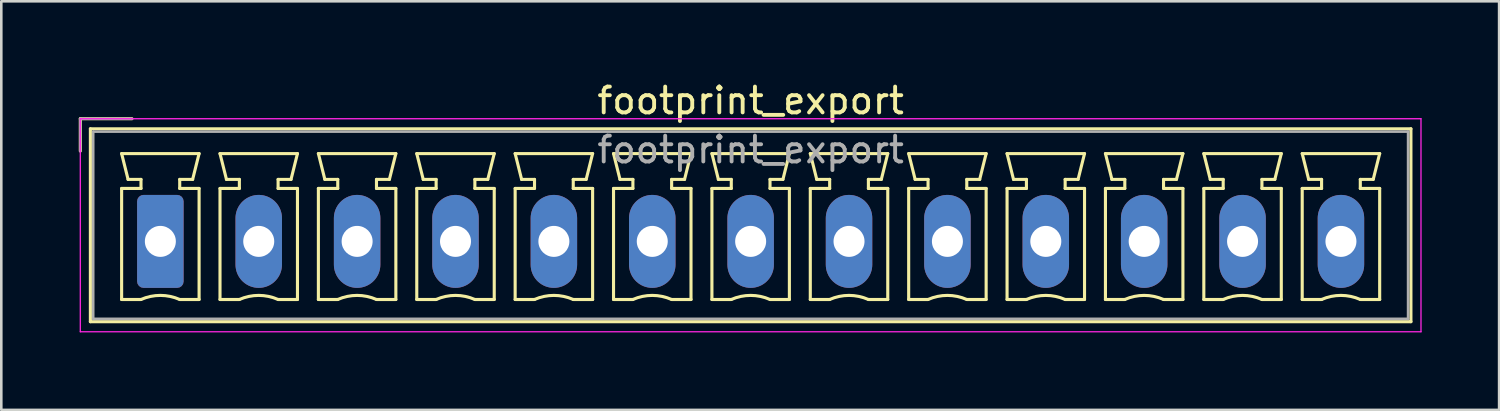
<source format=kicad_pcb>
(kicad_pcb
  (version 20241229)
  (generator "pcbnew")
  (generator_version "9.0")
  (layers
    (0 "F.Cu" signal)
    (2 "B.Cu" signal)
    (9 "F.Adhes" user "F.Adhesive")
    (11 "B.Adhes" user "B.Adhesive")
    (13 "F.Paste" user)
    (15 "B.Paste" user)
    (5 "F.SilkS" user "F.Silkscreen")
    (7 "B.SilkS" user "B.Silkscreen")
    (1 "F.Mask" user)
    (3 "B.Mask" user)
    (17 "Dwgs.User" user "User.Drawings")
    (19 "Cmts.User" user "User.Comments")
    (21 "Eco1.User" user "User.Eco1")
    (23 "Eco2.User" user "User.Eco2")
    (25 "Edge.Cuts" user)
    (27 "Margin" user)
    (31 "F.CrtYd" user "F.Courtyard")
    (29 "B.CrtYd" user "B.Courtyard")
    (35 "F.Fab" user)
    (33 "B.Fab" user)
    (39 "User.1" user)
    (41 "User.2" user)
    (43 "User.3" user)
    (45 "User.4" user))
  (footprint "footprint_export"
    (layer "F.Cu")
    (at 3.16 6.298)
    (property "Reference" "footprint_export" (at 22.86 -5.45 0) (layer "F.SilkS") (effects (font (size 1 1) (thickness 0.15))))
    (attr through_hole)
    (fp_line (start -3.1 -4.75) (end -1.1 -4.75) (stroke (width 0.12) (type solid)) (layer "F.SilkS"))
    (fp_line (start -3.1 -3.5) (end -3.1 -4.75) (stroke (width 0.12) (type solid)) (layer "F.SilkS"))
    (fp_line (start -2.71 -4.36) (end -2.71 3.11) (stroke (width 0.12) (type solid)) (layer "F.SilkS"))
    (fp_line (start -2.71 3.11) (end 48.43 3.11) (stroke (width 0.12) (type solid)) (layer "F.SilkS"))
    (fp_line (start -1.5 -3.4) (end 1.5 -3.4) (stroke (width 0.12) (type solid)) (layer "F.SilkS"))
    (fp_line (start -1.5 -2.05) (end -0.75 -2.05) (stroke (width 0.12) (type solid)) (layer "F.SilkS"))
    (fp_line (start -1.5 2.25) (end -1.5 -2.05) (stroke (width 0.12) (type solid)) (layer "F.SilkS"))
    (fp_line (start -1.25 -2.4) (end -1.5 -3.4) (stroke (width 0.12) (type solid)) (layer "F.SilkS"))
    (fp_line (start -0.75 -2.4) (end -1.25 -2.4) (stroke (width 0.12) (type solid)) (layer "F.SilkS"))
    (fp_line (start -0.75 -2.05) (end -0.75 -2.4) (stroke (width 0.12) (type solid)) (layer "F.SilkS"))
    (fp_line (start -0.75 2.25) (end -1.5 2.25) (stroke (width 0.12) (type solid)) (layer "F.SilkS"))
    (fp_line (start 0.75 -2.4) (end 0.75 -2.05) (stroke (width 0.12) (type solid)) (layer "F.SilkS"))
    (fp_line (start 0.75 -2.05) (end 1.5 -2.05) (stroke (width 0.12) (type solid)) (layer "F.SilkS"))
    (fp_line (start 1.25 -2.4) (end 0.75 -2.4) (stroke (width 0.12) (type solid)) (layer "F.SilkS"))
    (fp_line (start 1.5 -3.4) (end 1.25 -2.4) (stroke (width 0.12) (type solid)) (layer "F.SilkS"))
    (fp_line (start 1.5 -2.05) (end 1.5 2.25) (stroke (width 0.12) (type solid)) (layer "F.SilkS"))
    (fp_line (start 1.5 2.25) (end 0.75 2.25) (stroke (width 0.12) (type solid)) (layer "F.SilkS"))
    (fp_line (start 2.31 -3.4) (end 5.31 -3.4) (stroke (width 0.12) (type solid)) (layer "F.SilkS"))
    (fp_line (start 2.31 -2.05) (end 3.06 -2.05) (stroke (width 0.12) (type solid)) (layer "F.SilkS"))
    (fp_line (start 2.31 2.25) (end 2.31 -2.05) (stroke (width 0.12) (type solid)) (layer "F.SilkS"))
    (fp_line (start 2.56 -2.4) (end 2.31 -3.4) (stroke (width 0.12) (type solid)) (layer "F.SilkS"))
    (fp_line (start 3.06 -2.4) (end 2.56 -2.4) (stroke (width 0.12) (type solid)) (layer "F.SilkS"))
    (fp_line (start 3.06 -2.05) (end 3.06 -2.4) (stroke (width 0.12) (type solid)) (layer "F.SilkS"))
    (fp_line (start 3.06 2.25) (end 2.31 2.25) (stroke (width 0.12) (type solid)) (layer "F.SilkS"))
    (fp_line (start 4.56 -2.4) (end 4.56 -2.05) (stroke (width 0.12) (type solid)) (layer "F.SilkS"))
    (fp_line (start 4.56 -2.05) (end 5.31 -2.05) (stroke (width 0.12) (type solid)) (layer "F.SilkS"))
    (fp_line (start 5.06 -2.4) (end 4.56 -2.4) (stroke (width 0.12) (type solid)) (layer "F.SilkS"))
    (fp_line (start 5.31 -3.4) (end 5.06 -2.4) (stroke (width 0.12) (type solid)) (layer "F.SilkS"))
    (fp_line (start 5.31 -2.05) (end 5.31 2.25) (stroke (width 0.12) (type solid)) (layer "F.SilkS"))
    (fp_line (start 5.31 2.25) (end 4.56 2.25) (stroke (width 0.12) (type solid)) (layer "F.SilkS"))
    (fp_line (start 6.12 -3.4) (end 9.12 -3.4) (stroke (width 0.12) (type solid)) (layer "F.SilkS"))
    (fp_line (start 6.12 -2.05) (end 6.87 -2.05) (stroke (width 0.12) (type solid)) (layer "F.SilkS"))
    (fp_line (start 6.12 2.25) (end 6.12 -2.05) (stroke (width 0.12) (type solid)) (layer "F.SilkS"))
    (fp_line (start 6.37 -2.4) (end 6.12 -3.4) (stroke (width 0.12) (type solid)) (layer "F.SilkS"))
    (fp_line (start 6.87 -2.4) (end 6.37 -2.4) (stroke (width 0.12) (type solid)) (layer "F.SilkS"))
    (fp_line (start 6.87 -2.05) (end 6.87 -2.4) (stroke (width 0.12) (type solid)) (layer "F.SilkS"))
    (fp_line (start 6.87 2.25) (end 6.12 2.25) (stroke (width 0.12) (type solid)) (layer "F.SilkS"))
    (fp_line (start 8.37 -2.4) (end 8.37 -2.05) (stroke (width 0.12) (type solid)) (layer "F.SilkS"))
    (fp_line (start 8.37 -2.05) (end 9.12 -2.05) (stroke (width 0.12) (type solid)) (layer "F.SilkS"))
    (fp_line (start 8.87 -2.4) (end 8.37 -2.4) (stroke (width 0.12) (type solid)) (layer "F.SilkS"))
    (fp_line (start 9.12 -3.4) (end 8.87 -2.4) (stroke (width 0.12) (type solid)) (layer "F.SilkS"))
    (fp_line (start 9.12 -2.05) (end 9.12 2.25) (stroke (width 0.12) (type solid)) (layer "F.SilkS"))
    (fp_line (start 9.12 2.25) (end 8.37 2.25) (stroke (width 0.12) (type solid)) (layer "F.SilkS"))
    (fp_line (start 9.93 -3.4) (end 12.93 -3.4) (stroke (width 0.12) (type solid)) (layer "F.SilkS"))
    (fp_line (start 9.93 -2.05) (end 10.68 -2.05) (stroke (width 0.12) (type solid)) (layer "F.SilkS"))
    (fp_line (start 9.93 2.25) (end 9.93 -2.05) (stroke (width 0.12) (type solid)) (layer "F.SilkS"))
    (fp_line (start 10.18 -2.4) (end 9.93 -3.4) (stroke (width 0.12) (type solid)) (layer "F.SilkS"))
    (fp_line (start 10.68 -2.4) (end 10.18 -2.4) (stroke (width 0.12) (type solid)) (layer "F.SilkS"))
    (fp_line (start 10.68 -2.05) (end 10.68 -2.4) (stroke (width 0.12) (type solid)) (layer "F.SilkS"))
    (fp_line (start 10.68 2.25) (end 9.93 2.25) (stroke (width 0.12) (type solid)) (layer "F.SilkS"))
    (fp_line (start 12.18 -2.4) (end 12.18 -2.05) (stroke (width 0.12) (type solid)) (layer "F.SilkS"))
    (fp_line (start 12.18 -2.05) (end 12.93 -2.05) (stroke (width 0.12) (type solid)) (layer "F.SilkS"))
    (fp_line (start 12.68 -2.4) (end 12.18 -2.4) (stroke (width 0.12) (type solid)) (layer "F.SilkS"))
    (fp_line (start 12.93 -3.4) (end 12.68 -2.4) (stroke (width 0.12) (type solid)) (layer "F.SilkS"))
    (fp_line (start 12.93 -2.05) (end 12.93 2.25) (stroke (width 0.12) (type solid)) (layer "F.SilkS"))
    (fp_line (start 12.93 2.25) (end 12.18 2.25) (stroke (width 0.12) (type solid)) (layer "F.SilkS"))
    (fp_line (start 13.74 -3.4) (end 16.74 -3.4) (stroke (width 0.12) (type solid)) (layer "F.SilkS"))
    (fp_line (start 13.74 -2.05) (end 14.49 -2.05) (stroke (width 0.12) (type solid)) (layer "F.SilkS"))
    (fp_line (start 13.74 2.25) (end 13.74 -2.05) (stroke (width 0.12) (type solid)) (layer "F.SilkS"))
    (fp_line (start 13.99 -2.4) (end 13.74 -3.4) (stroke (width 0.12) (type solid)) (layer "F.SilkS"))
    (fp_line (start 14.49 -2.4) (end 13.99 -2.4) (stroke (width 0.12) (type solid)) (layer "F.SilkS"))
    (fp_line (start 14.49 -2.05) (end 14.49 -2.4) (stroke (width 0.12) (type solid)) (layer "F.SilkS"))
    (fp_line (start 14.49 2.25) (end 13.74 2.25) (stroke (width 0.12) (type solid)) (layer "F.SilkS"))
    (fp_line (start 15.99 -2.4) (end 15.99 -2.05) (stroke (width 0.12) (type solid)) (layer "F.SilkS"))
    (fp_line (start 15.99 -2.05) (end 16.74 -2.05) (stroke (width 0.12) (type solid)) (layer "F.SilkS"))
    (fp_line (start 16.49 -2.4) (end 15.99 -2.4) (stroke (width 0.12) (type solid)) (layer "F.SilkS"))
    (fp_line (start 16.74 -3.4) (end 16.49 -2.4) (stroke (width 0.12) (type solid)) (layer "F.SilkS"))
    (fp_line (start 16.74 -2.05) (end 16.74 2.25) (stroke (width 0.12) (type solid)) (layer "F.SilkS"))
    (fp_line (start 16.74 2.25) (end 15.99 2.25) (stroke (width 0.12) (type solid)) (layer "F.SilkS"))
    (fp_line (start 17.55 -3.4) (end 20.55 -3.4) (stroke (width 0.12) (type solid)) (layer "F.SilkS"))
    (fp_line (start 17.55 -2.05) (end 18.3 -2.05) (stroke (width 0.12) (type solid)) (layer "F.SilkS"))
    (fp_line (start 17.55 2.25) (end 17.55 -2.05) (stroke (width 0.12) (type solid)) (layer "F.SilkS"))
    (fp_line (start 17.8 -2.4) (end 17.55 -3.4) (stroke (width 0.12) (type solid)) (layer "F.SilkS"))
    (fp_line (start 18.3 -2.4) (end 17.8 -2.4) (stroke (width 0.12) (type solid)) (layer "F.SilkS"))
    (fp_line (start 18.3 -2.05) (end 18.3 -2.4) (stroke (width 0.12) (type solid)) (layer "F.SilkS"))
    (fp_line (start 18.3 2.25) (end 17.55 2.25) (stroke (width 0.12) (type solid)) (layer "F.SilkS"))
    (fp_line (start 19.8 -2.4) (end 19.8 -2.05) (stroke (width 0.12) (type solid)) (layer "F.SilkS"))
    (fp_line (start 19.8 -2.05) (end 20.55 -2.05) (stroke (width 0.12) (type solid)) (layer "F.SilkS"))
    (fp_line (start 20.3 -2.4) (end 19.8 -2.4) (stroke (width 0.12) (type solid)) (layer "F.SilkS"))
    (fp_line (start 20.55 -3.4) (end 20.3 -2.4) (stroke (width 0.12) (type solid)) (layer "F.SilkS"))
    (fp_line (start 20.55 -2.05) (end 20.55 2.25) (stroke (width 0.12) (type solid)) (layer "F.SilkS"))
    (fp_line (start 20.55 2.25) (end 19.8 2.25) (stroke (width 0.12) (type solid)) (layer "F.SilkS"))
    (fp_line (start 21.36 -3.4) (end 24.36 -3.4) (stroke (width 0.12) (type solid)) (layer "F.SilkS"))
    (fp_line (start 21.36 -2.05) (end 22.11 -2.05) (stroke (width 0.12) (type solid)) (layer "F.SilkS"))
    (fp_line (start 21.36 2.25) (end 21.36 -2.05) (stroke (width 0.12) (type solid)) (layer "F.SilkS"))
    (fp_line (start 21.61 -2.4) (end 21.36 -3.4) (stroke (width 0.12) (type solid)) (layer "F.SilkS"))
    (fp_line (start 22.11 -2.4) (end 21.61 -2.4) (stroke (width 0.12) (type solid)) (layer "F.SilkS"))
    (fp_line (start 22.11 -2.05) (end 22.11 -2.4) (stroke (width 0.12) (type solid)) (layer "F.SilkS"))
    (fp_line (start 22.11 2.25) (end 21.36 2.25) (stroke (width 0.12) (type solid)) (layer "F.SilkS"))
    (fp_line (start 23.61 -2.4) (end 23.61 -2.05) (stroke (width 0.12) (type solid)) (layer "F.SilkS"))
    (fp_line (start 23.61 -2.05) (end 24.36 -2.05) (stroke (width 0.12) (type solid)) (layer "F.SilkS"))
    (fp_line (start 24.11 -2.4) (end 23.61 -2.4) (stroke (width 0.12) (type solid)) (layer "F.SilkS"))
    (fp_line (start 24.36 -3.4) (end 24.11 -2.4) (stroke (width 0.12) (type solid)) (layer "F.SilkS"))
    (fp_line (start 24.36 -2.05) (end 24.36 2.25) (stroke (width 0.12) (type solid)) (layer "F.SilkS"))
    (fp_line (start 24.36 2.25) (end 23.61 2.25) (stroke (width 0.12) (type solid)) (layer "F.SilkS"))
    (fp_line (start 25.17 -3.4) (end 28.17 -3.4) (stroke (width 0.12) (type solid)) (layer "F.SilkS"))
    (fp_line (start 25.17 -2.05) (end 25.92 -2.05) (stroke (width 0.12) (type solid)) (layer "F.SilkS"))
    (fp_line (start 25.17 2.25) (end 25.17 -2.05) (stroke (width 0.12) (type solid)) (layer "F.SilkS"))
    (fp_line (start 25.42 -2.4) (end 25.17 -3.4) (stroke (width 0.12) (type solid)) (layer "F.SilkS"))
    (fp_line (start 25.92 -2.4) (end 25.42 -2.4) (stroke (width 0.12) (type solid)) (layer "F.SilkS"))
    (fp_line (start 25.92 -2.05) (end 25.92 -2.4) (stroke (width 0.12) (type solid)) (layer "F.SilkS"))
    (fp_line (start 25.92 2.25) (end 25.17 2.25) (stroke (width 0.12) (type solid)) (layer "F.SilkS"))
    (fp_line (start 27.42 -2.4) (end 27.42 -2.05) (stroke (width 0.12) (type solid)) (layer "F.SilkS"))
    (fp_line (start 27.42 -2.05) (end 28.17 -2.05) (stroke (width 0.12) (type solid)) (layer "F.SilkS"))
    (fp_line (start 27.92 -2.4) (end 27.42 -2.4) (stroke (width 0.12) (type solid)) (layer "F.SilkS"))
    (fp_line (start 28.17 -3.4) (end 27.92 -2.4) (stroke (width 0.12) (type solid)) (layer "F.SilkS"))
    (fp_line (start 28.17 -2.05) (end 28.17 2.25) (stroke (width 0.12) (type solid)) (layer "F.SilkS"))
    (fp_line (start 28.17 2.25) (end 27.42 2.25) (stroke (width 0.12) (type solid)) (layer "F.SilkS"))
    (fp_line (start 28.98 -3.4) (end 31.98 -3.4) (stroke (width 0.12) (type solid)) (layer "F.SilkS"))
    (fp_line (start 28.98 -2.05) (end 29.73 -2.05) (stroke (width 0.12) (type solid)) (layer "F.SilkS"))
    (fp_line (start 28.98 2.25) (end 28.98 -2.05) (stroke (width 0.12) (type solid)) (layer "F.SilkS"))
    (fp_line (start 29.23 -2.4) (end 28.98 -3.4) (stroke (width 0.12) (type solid)) (layer "F.SilkS"))
    (fp_line (start 29.73 -2.4) (end 29.23 -2.4) (stroke (width 0.12) (type solid)) (layer "F.SilkS"))
    (fp_line (start 29.73 -2.05) (end 29.73 -2.4) (stroke (width 0.12) (type solid)) (layer "F.SilkS"))
    (fp_line (start 29.73 2.25) (end 28.98 2.25) (stroke (width 0.12) (type solid)) (layer "F.SilkS"))
    (fp_line (start 31.23 -2.4) (end 31.23 -2.05) (stroke (width 0.12) (type solid)) (layer "F.SilkS"))
    (fp_line (start 31.23 -2.05) (end 31.98 -2.05) (stroke (width 0.12) (type solid)) (layer "F.SilkS"))
    (fp_line (start 31.73 -2.4) (end 31.23 -2.4) (stroke (width 0.12) (type solid)) (layer "F.SilkS"))
    (fp_line (start 31.98 -3.4) (end 31.73 -2.4) (stroke (width 0.12) (type solid)) (layer "F.SilkS"))
    (fp_line (start 31.98 -2.05) (end 31.98 2.25) (stroke (width 0.12) (type solid)) (layer "F.SilkS"))
    (fp_line (start 31.98 2.25) (end 31.23 2.25) (stroke (width 0.12) (type solid)) (layer "F.SilkS"))
    (fp_line (start 32.79 -3.4) (end 35.79 -3.4) (stroke (width 0.12) (type solid)) (layer "F.SilkS"))
    (fp_line (start 32.79 -2.05) (end 33.54 -2.05) (stroke (width 0.12) (type solid)) (layer "F.SilkS"))
    (fp_line (start 32.79 2.25) (end 32.79 -2.05) (stroke (width 0.12) (type solid)) (layer "F.SilkS"))
    (fp_line (start 33.04 -2.4) (end 32.79 -3.4) (stroke (width 0.12) (type solid)) (layer "F.SilkS"))
    (fp_line (start 33.54 -2.4) (end 33.04 -2.4) (stroke (width 0.12) (type solid)) (layer "F.SilkS"))
    (fp_line (start 33.54 -2.05) (end 33.54 -2.4) (stroke (width 0.12) (type solid)) (layer "F.SilkS"))
    (fp_line (start 33.54 2.25) (end 32.79 2.25) (stroke (width 0.12) (type solid)) (layer "F.SilkS"))
    (fp_line (start 35.04 -2.4) (end 35.04 -2.05) (stroke (width 0.12) (type solid)) (layer "F.SilkS"))
    (fp_line (start 35.04 -2.05) (end 35.79 -2.05) (stroke (width 0.12) (type solid)) (layer "F.SilkS"))
    (fp_line (start 35.54 -2.4) (end 35.04 -2.4) (stroke (width 0.12) (type solid)) (layer "F.SilkS"))
    (fp_line (start 35.79 -3.4) (end 35.54 -2.4) (stroke (width 0.12) (type solid)) (layer "F.SilkS"))
    (fp_line (start 35.79 -2.05) (end 35.79 2.25) (stroke (width 0.12) (type solid)) (layer "F.SilkS"))
    (fp_line (start 35.79 2.25) (end 35.04 2.25) (stroke (width 0.12) (type solid)) (layer "F.SilkS"))
    (fp_line (start 36.6 -3.4) (end 39.6 -3.4) (stroke (width 0.12) (type solid)) (layer "F.SilkS"))
    (fp_line (start 36.6 -2.05) (end 37.35 -2.05) (stroke (width 0.12) (type solid)) (layer "F.SilkS"))
    (fp_line (start 36.6 2.25) (end 36.6 -2.05) (stroke (width 0.12) (type solid)) (layer "F.SilkS"))
    (fp_line (start 36.85 -2.4) (end 36.6 -3.4) (stroke (width 0.12) (type solid)) (layer "F.SilkS"))
    (fp_line (start 37.35 -2.4) (end 36.85 -2.4) (stroke (width 0.12) (type solid)) (layer "F.SilkS"))
    (fp_line (start 37.35 -2.05) (end 37.35 -2.4) (stroke (width 0.12) (type solid)) (layer "F.SilkS"))
    (fp_line (start 37.35 2.25) (end 36.6 2.25) (stroke (width 0.12) (type solid)) (layer "F.SilkS"))
    (fp_line (start 38.85 -2.4) (end 38.85 -2.05) (stroke (width 0.12) (type solid)) (layer "F.SilkS"))
    (fp_line (start 38.85 -2.05) (end 39.6 -2.05) (stroke (width 0.12) (type solid)) (layer "F.SilkS"))
    (fp_line (start 39.35 -2.4) (end 38.85 -2.4) (stroke (width 0.12) (type solid)) (layer "F.SilkS"))
    (fp_line (start 39.6 -3.4) (end 39.35 -2.4) (stroke (width 0.12) (type solid)) (layer "F.SilkS"))
    (fp_line (start 39.6 -2.05) (end 39.6 2.25) (stroke (width 0.12) (type solid)) (layer "F.SilkS"))
    (fp_line (start 39.6 2.25) (end 38.85 2.25) (stroke (width 0.12) (type solid)) (layer "F.SilkS"))
    (fp_line (start 40.41 -3.4) (end 43.41 -3.4) (stroke (width 0.12) (type solid)) (layer "F.SilkS"))
    (fp_line (start 40.41 -2.05) (end 41.16 -2.05) (stroke (width 0.12) (type solid)) (layer "F.SilkS"))
    (fp_line (start 40.41 2.25) (end 40.41 -2.05) (stroke (width 0.12) (type solid)) (layer "F.SilkS"))
    (fp_line (start 40.66 -2.4) (end 40.41 -3.4) (stroke (width 0.12) (type solid)) (layer "F.SilkS"))
    (fp_line (start 41.16 -2.4) (end 40.66 -2.4) (stroke (width 0.12) (type solid)) (layer "F.SilkS"))
    (fp_line (start 41.16 -2.05) (end 41.16 -2.4) (stroke (width 0.12) (type solid)) (layer "F.SilkS"))
    (fp_line (start 41.16 2.25) (end 40.41 2.25) (stroke (width 0.12) (type solid)) (layer "F.SilkS"))
    (fp_line (start 42.66 -2.4) (end 42.66 -2.05) (stroke (width 0.12) (type solid)) (layer "F.SilkS"))
    (fp_line (start 42.66 -2.05) (end 43.41 -2.05) (stroke (width 0.12) (type solid)) (layer "F.SilkS"))
    (fp_line (start 43.16 -2.4) (end 42.66 -2.4) (stroke (width 0.12) (type solid)) (layer "F.SilkS"))
    (fp_line (start 43.41 -3.4) (end 43.16 -2.4) (stroke (width 0.12) (type solid)) (layer "F.SilkS"))
    (fp_line (start 43.41 -2.05) (end 43.41 2.25) (stroke (width 0.12) (type solid)) (layer "F.SilkS"))
    (fp_line (start 43.41 2.25) (end 42.66 2.25) (stroke (width 0.12) (type solid)) (layer "F.SilkS"))
    (fp_line (start 44.22 -3.4) (end 47.22 -3.4) (stroke (width 0.12) (type solid)) (layer "F.SilkS"))
    (fp_line (start 44.22 -2.05) (end 44.97 -2.05) (stroke (width 0.12) (type solid)) (layer "F.SilkS"))
    (fp_line (start 44.22 2.25) (end 44.22 -2.05) (stroke (width 0.12) (type solid)) (layer "F.SilkS"))
    (fp_line (start 44.47 -2.4) (end 44.22 -3.4) (stroke (width 0.12) (type solid)) (layer "F.SilkS"))
    (fp_line (start 44.97 -2.4) (end 44.47 -2.4) (stroke (width 0.12) (type solid)) (layer "F.SilkS"))
    (fp_line (start 44.97 -2.05) (end 44.97 -2.4) (stroke (width 0.12) (type solid)) (layer "F.SilkS"))
    (fp_line (start 44.97 2.25) (end 44.22 2.25) (stroke (width 0.12) (type solid)) (layer "F.SilkS"))
    (fp_line (start 46.47 -2.4) (end 46.47 -2.05) (stroke (width 0.12) (type solid)) (layer "F.SilkS"))
    (fp_line (start 46.47 -2.05) (end 47.22 -2.05) (stroke (width 0.12) (type solid)) (layer "F.SilkS"))
    (fp_line (start 46.97 -2.4) (end 46.47 -2.4) (stroke (width 0.12) (type solid)) (layer "F.SilkS"))
    (fp_line (start 47.22 -3.4) (end 46.97 -2.4) (stroke (width 0.12) (type solid)) (layer "F.SilkS"))
    (fp_line (start 47.22 -2.05) (end 47.22 2.25) (stroke (width 0.12) (type solid)) (layer "F.SilkS"))
    (fp_line (start 47.22 2.25) (end 46.47 2.25) (stroke (width 0.12) (type solid)) (layer "F.SilkS"))
    (fp_line (start 48.43 -4.36) (end -2.71 -4.36) (stroke (width 0.12) (type solid)) (layer "F.SilkS"))
    (fp_line (start 48.43 3.11) (end 48.43 -4.36) (stroke (width 0.12) (type solid)) (layer "F.SilkS"))
    (fp_arc (start -0.75 2.25) (mid -0.000193 2.09191) (end 0.749647 2.249844) (stroke (width 0.12) (type solid)) (layer "F.SilkS"))
    (fp_arc (start 3.06 2.25) (mid 3.809807 2.09191) (end 4.559647 2.249844) (stroke (width 0.12) (type solid)) (layer "F.SilkS"))
    (fp_arc (start 6.87 2.25) (mid 7.619807 2.09191) (end 8.369647 2.249844) (stroke (width 0.12) (type solid)) (layer "F.SilkS"))
    (fp_arc (start 10.68 2.25) (mid 11.429807 2.09191) (end 12.179647 2.249844) (stroke (width 0.12) (type solid)) (layer "F.SilkS"))
    (fp_arc (start 14.49 2.25) (mid 15.239807 2.09191) (end 15.989647 2.249844) (stroke (width 0.12) (type solid)) (layer "F.SilkS"))
    (fp_arc (start 18.3 2.25) (mid 19.049807 2.09191) (end 19.799647 2.249844) (stroke (width 0.12) (type solid)) (layer "F.SilkS"))
    (fp_arc (start 22.11 2.25) (mid 22.859807 2.09191) (end 23.609647 2.249844) (stroke (width 0.12) (type solid)) (layer "F.SilkS"))
    (fp_arc (start 25.92 2.25) (mid 26.669807 2.09191) (end 27.419647 2.249844) (stroke (width 0.12) (type solid)) (layer "F.SilkS"))
    (fp_arc (start 29.73 2.25) (mid 30.479807 2.09191) (end 31.229647 2.249844) (stroke (width 0.12) (type solid)) (layer "F.SilkS"))
    (fp_arc (start 33.54 2.25) (mid 34.289807 2.09191) (end 35.039647 2.249844) (stroke (width 0.12) (type solid)) (layer "F.SilkS"))
    (fp_arc (start 37.35 2.25) (mid 38.099807 2.09191) (end 38.849647 2.249844) (stroke (width 0.12) (type solid)) (layer "F.SilkS"))
    (fp_arc (start 41.16 2.25) (mid 41.909807 2.09191) (end 42.659647 2.249844) (stroke (width 0.12) (type solid)) (layer "F.SilkS"))
    (fp_arc (start 44.97 2.25) (mid 45.719807 2.09191) (end 46.469647 2.249844) (stroke (width 0.12) (type solid)) (layer "F.SilkS"))
    (fp_line (start -3.1 -4.75) (end -3.1 3.5) (stroke (width 0.05) (type solid)) (layer "F.CrtYd"))
    (fp_line (start -3.1 3.5) (end 48.82 3.5) (stroke (width 0.05) (type solid)) (layer "F.CrtYd"))
    (fp_line (start 48.82 -4.75) (end -3.1 -4.75) (stroke (width 0.05) (type solid)) (layer "F.CrtYd"))
    (fp_line (start 48.82 3.5) (end 48.82 -4.75) (stroke (width 0.05) (type solid)) (layer "F.CrtYd"))
    (fp_line (start -3.1 -4.75) (end -1.1 -4.75) (stroke (width 0.1) (type solid)) (layer "F.Fab"))
    (fp_line (start -3.1 -3.5) (end -3.1 -4.75) (stroke (width 0.1) (type solid)) (layer "F.Fab"))
    (fp_line (start -2.6 -4.25) (end -2.6 3) (stroke (width 0.1) (type solid)) (layer "F.Fab"))
    (fp_line (start -2.6 3) (end 48.32 3) (stroke (width 0.1) (type solid)) (layer "F.Fab"))
    (fp_line (start 48.32 -4.25) (end -2.6 -4.25) (stroke (width 0.1) (type solid)) (layer "F.Fab"))
    (fp_line (start 48.32 3) (end 48.32 -4.25) (stroke (width 0.1) (type solid)) (layer "F.Fab"))
    (fp_text user "${REFERENCE}" (at 22.86 -3.55 0) (layer "F.Fab") (effects (font (size 1 1) (thickness 0.15))))
    (pad "1" thru_hole roundrect (at 0 0) (size 1.8 3.6) (drill 1.2) (layers "*.Cu" "*.Mask") (roundrect_rratio 0.139))
    (pad "2" thru_hole oval (at 3.81 0) (size 1.8 3.6) (drill 1.2) (layers "*.Cu" "*.Mask"))
    (pad "3" thru_hole oval (at 7.62 0) (size 1.8 3.6) (drill 1.2) (layers "*.Cu" "*.Mask"))
    (pad "4" thru_hole oval (at 11.43 0) (size 1.8 3.6) (drill 1.2) (layers "*.Cu" "*.Mask"))
    (pad "5" thru_hole oval (at 15.24 0) (size 1.8 3.6) (drill 1.2) (layers "*.Cu" "*.Mask"))
    (pad "6" thru_hole oval (at 19.05 0) (size 1.8 3.6) (drill 1.2) (layers "*.Cu" "*.Mask"))
    (pad "7" thru_hole oval (at 22.86 0) (size 1.8 3.6) (drill 1.2) (layers "*.Cu" "*.Mask"))
    (pad "8" thru_hole oval (at 26.67 0) (size 1.8 3.6) (drill 1.2) (layers "*.Cu" "*.Mask"))
    (pad "9" thru_hole oval (at 30.48 0) (size 1.8 3.6) (drill 1.2) (layers "*.Cu" "*.Mask"))
    (pad "10" thru_hole oval (at 34.29 0) (size 1.8 3.6) (drill 1.2) (layers "*.Cu" "*.Mask"))
    (pad "11" thru_hole oval (at 38.1 0) (size 1.8 3.6) (drill 1.2) (layers "*.Cu" "*.Mask"))
    (pad "12" thru_hole oval (at 41.91 0) (size 1.8 3.6) (drill 1.2) (layers "*.Cu" "*.Mask"))
    (pad "13" thru_hole oval (at 45.72 0) (size 1.8 3.6) (drill 1.2) (layers "*.Cu" "*.Mask")))
  (gr_rect
    (start -3 -3)
    (end 55.005 12.823)
    (stroke (width 0.1) (type default))
    (fill no)
    (layer "Edge.Cuts")))
</source>
